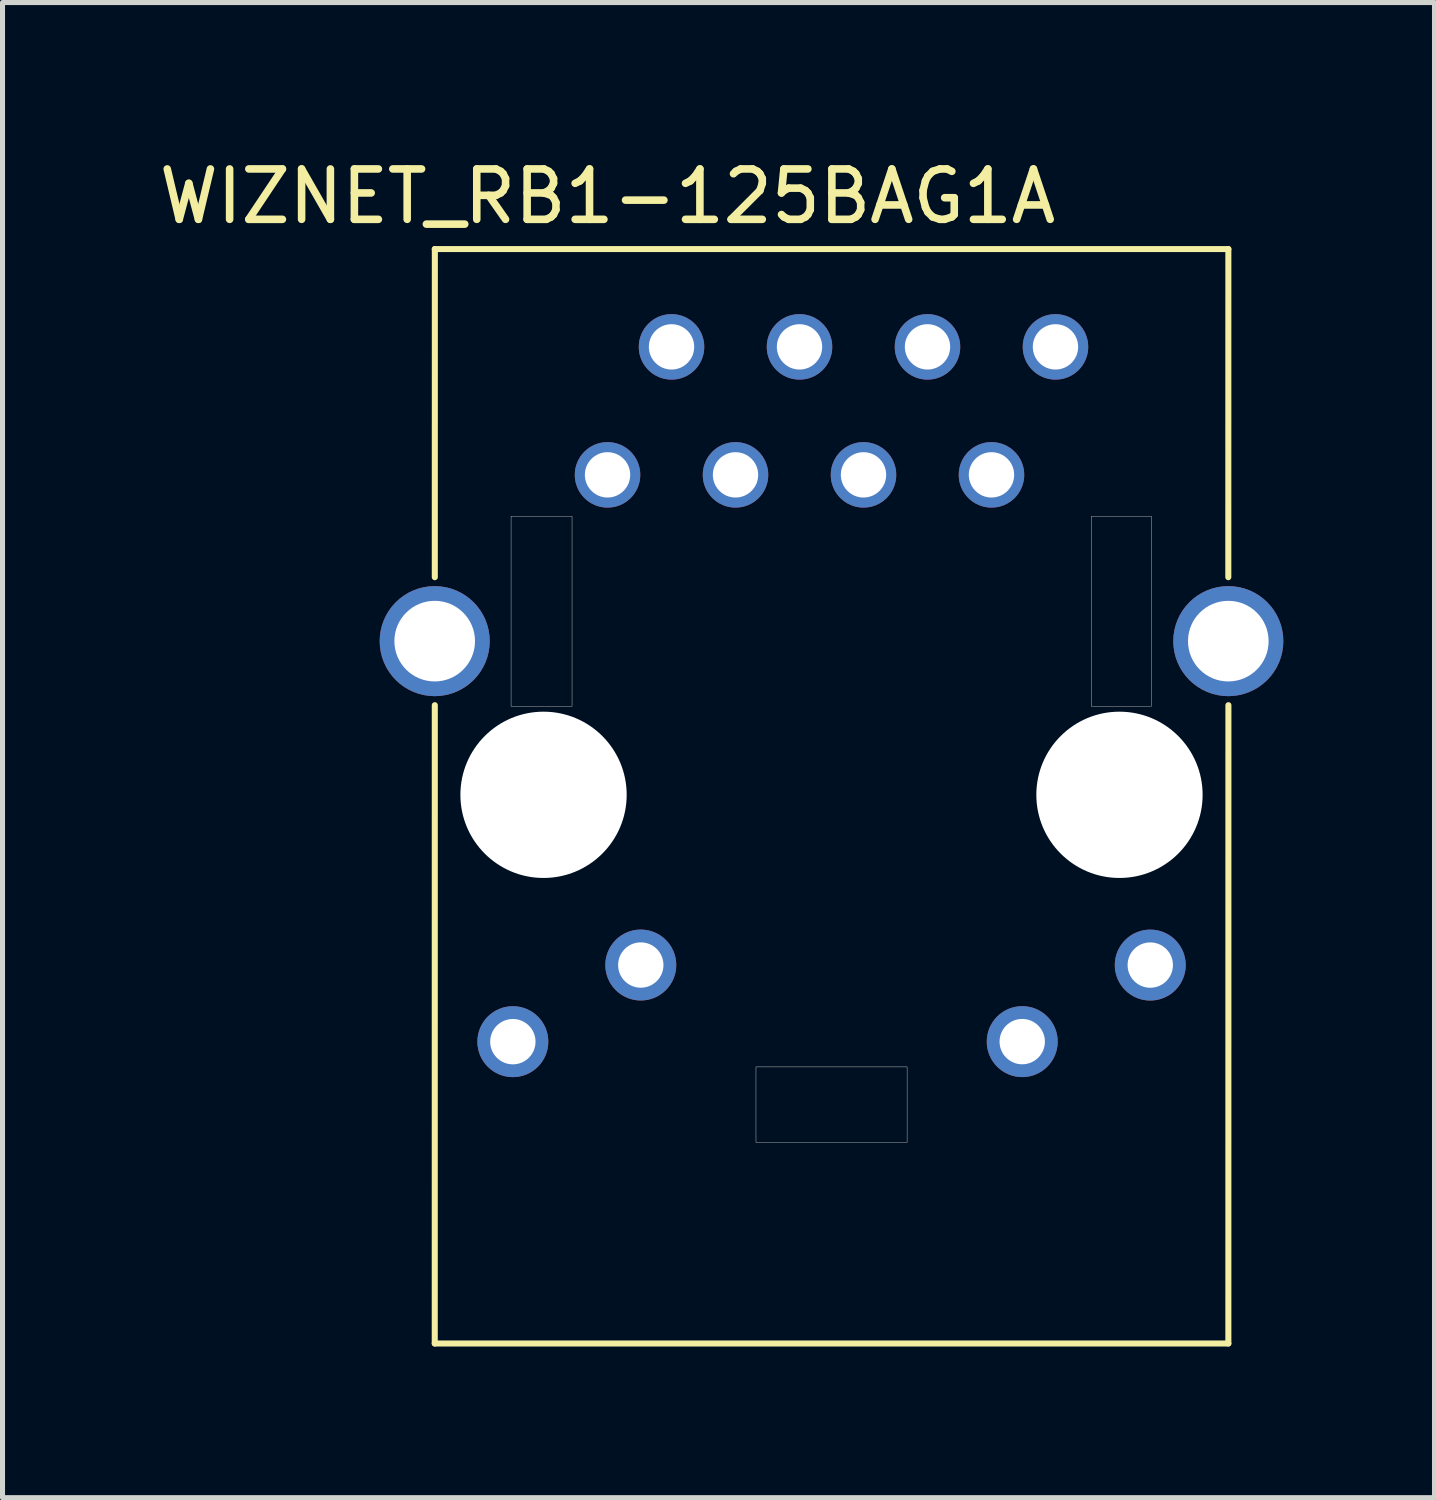
<source format=kicad_pcb>
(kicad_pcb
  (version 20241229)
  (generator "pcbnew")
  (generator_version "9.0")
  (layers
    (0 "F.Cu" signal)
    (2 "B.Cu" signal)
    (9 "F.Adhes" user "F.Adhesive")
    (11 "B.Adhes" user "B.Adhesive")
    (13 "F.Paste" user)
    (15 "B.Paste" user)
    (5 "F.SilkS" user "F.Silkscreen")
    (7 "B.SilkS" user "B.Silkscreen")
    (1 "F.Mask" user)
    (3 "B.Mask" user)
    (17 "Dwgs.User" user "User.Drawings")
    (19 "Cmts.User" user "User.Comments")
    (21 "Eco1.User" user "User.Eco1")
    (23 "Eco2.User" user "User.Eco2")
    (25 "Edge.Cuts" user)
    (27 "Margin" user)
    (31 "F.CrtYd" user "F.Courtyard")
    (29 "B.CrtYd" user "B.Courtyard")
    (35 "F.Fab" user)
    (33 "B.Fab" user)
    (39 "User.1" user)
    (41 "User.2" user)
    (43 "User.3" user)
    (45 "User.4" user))
  (footprint "WIZNET_RB1-125BAG1A"
    (layer "F.Cu")
    (at 13.453 12.723)
    (property "Reference" "WIZNET_RB1-125BAG1A" (at -4.446 -11.875 0) (layer "F.SilkS") (effects (font (size 1 1) (thickness 0.15))))
    (attr through_hole)
    (fp_line (start -7.874 -1.778) (end -7.875 10.89) (stroke (width 0.12) (type default)) (layer "F.SilkS"))
    (fp_line (start -7.873 -10.83) (end -7.874 -4.318) (stroke (width 0.12) (type default)) (layer "F.SilkS"))
    (fp_line (start 7.875 -10.83) (end -7.875 -10.83) (stroke (width 0.12) (type default)) (layer "F.SilkS"))
    (fp_line (start 7.875 -10.83) (end 7.874 -4.318) (stroke (width 0.12) (type default)) (layer "F.SilkS"))
    (fp_line (start 7.875 10.89) (end -7.875 10.89) (stroke (width 0.12) (type default)) (layer "F.SilkS"))
    (fp_line (start 7.876 -1.778) (end 7.875 10.89) (stroke (width 0.12) (type default)) (layer "F.SilkS"))
    (fp_poly (pts (xy -6.36 -5.528) (xy -5.15 -5.528) (xy -5.15 -1.756) (xy -6.36 -1.756)) (stroke (width 0.01) (type solid)) (fill no) (layer "F.Fab"))
    (fp_poly (pts (xy -1.5 5.4) (xy 1.5 5.4) (xy 1.5 6.9) (xy -1.5 6.9)) (stroke (width 0.01) (type solid)) (fill no) (layer "F.Fab"))
    (fp_poly (pts (xy 5.156 -5.528) (xy 6.348 -5.528) (xy 6.348 -1.756) (xy 5.156 -1.756)) (stroke (width 0.01) (type solid)) (fill no) (layer "F.Fab"))
    (pad "" np_thru_hole circle (at -5.716 0.001) (size 3.3 3.3) (drill 3.3) (layers "*.Cu" "*.Mask"))
    (pad "" np_thru_hole circle (at 5.714 0.001) (size 3.3 3.3) (drill 3.3) (layers "*.Cu" "*.Mask"))
    (pad "L1" thru_hole circle (at 6.325 3.38) (size 1.408 1.408) (drill 0.9) (layers "*.Cu" "*.Mask"))
    (pad "L2" thru_hole circle (at 3.784 4.899) (size 1.408 1.408) (drill 0.9) (layers "*.Cu" "*.Mask"))
    (pad "L3" thru_hole circle (at -3.786 3.379) (size 1.408 1.408) (drill 0.9) (layers "*.Cu" "*.Mask"))
    (pad "L4" thru_hole circle (at -6.325 4.9) (size 1.408 1.408) (drill 0.9) (layers "*.Cu" "*.Mask"))
    (pad "R1" thru_hole circle (at -4.446 -6.349) (size 1.3 1.3) (drill 0.9) (layers "*.Cu" "*.Mask"))
    (pad "R2" thru_hole circle (at -3.176 -8.889) (size 1.3 1.3) (drill 0.9) (layers "*.Cu" "*.Mask"))
    (pad "R3" thru_hole circle (at -1.906 -6.349) (size 1.3 1.3) (drill 0.9) (layers "*.Cu" "*.Mask"))
    (pad "R4" thru_hole circle (at -0.636 -8.889) (size 1.3 1.3) (drill 0.9) (layers "*.Cu" "*.Mask"))
    (pad "R5" thru_hole circle (at 0.634 -6.349) (size 1.3 1.3) (drill 0.9) (layers "*.Cu" "*.Mask"))
    (pad "R6" thru_hole circle (at 1.904 -8.889) (size 1.3 1.3) (drill 0.9) (layers "*.Cu" "*.Mask"))
    (pad "R7" thru_hole circle (at 3.174 -6.349) (size 1.3 1.3) (drill 0.9) (layers "*.Cu" "*.Mask"))
    (pad "R8" thru_hole circle (at 4.444 -8.889) (size 1.3 1.3) (drill 0.9) (layers "*.Cu" "*.Mask"))
    (pad "S1" thru_hole circle (at -7.876 -3.049) (size 2.184 2.184) (drill 1.6) (layers "*.Cu" "*.Mask"))
    (pad "S2" thru_hole circle (at 7.874 -3.049) (size 2.184 2.184) (drill 1.6) (layers "*.Cu" "*.Mask")))
  (gr_rect
    (start -3 -3)
    (end 25.419 26.673)
    (stroke (width 0.1) (type default))
    (fill no)
    (layer "Edge.Cuts")))
</source>
